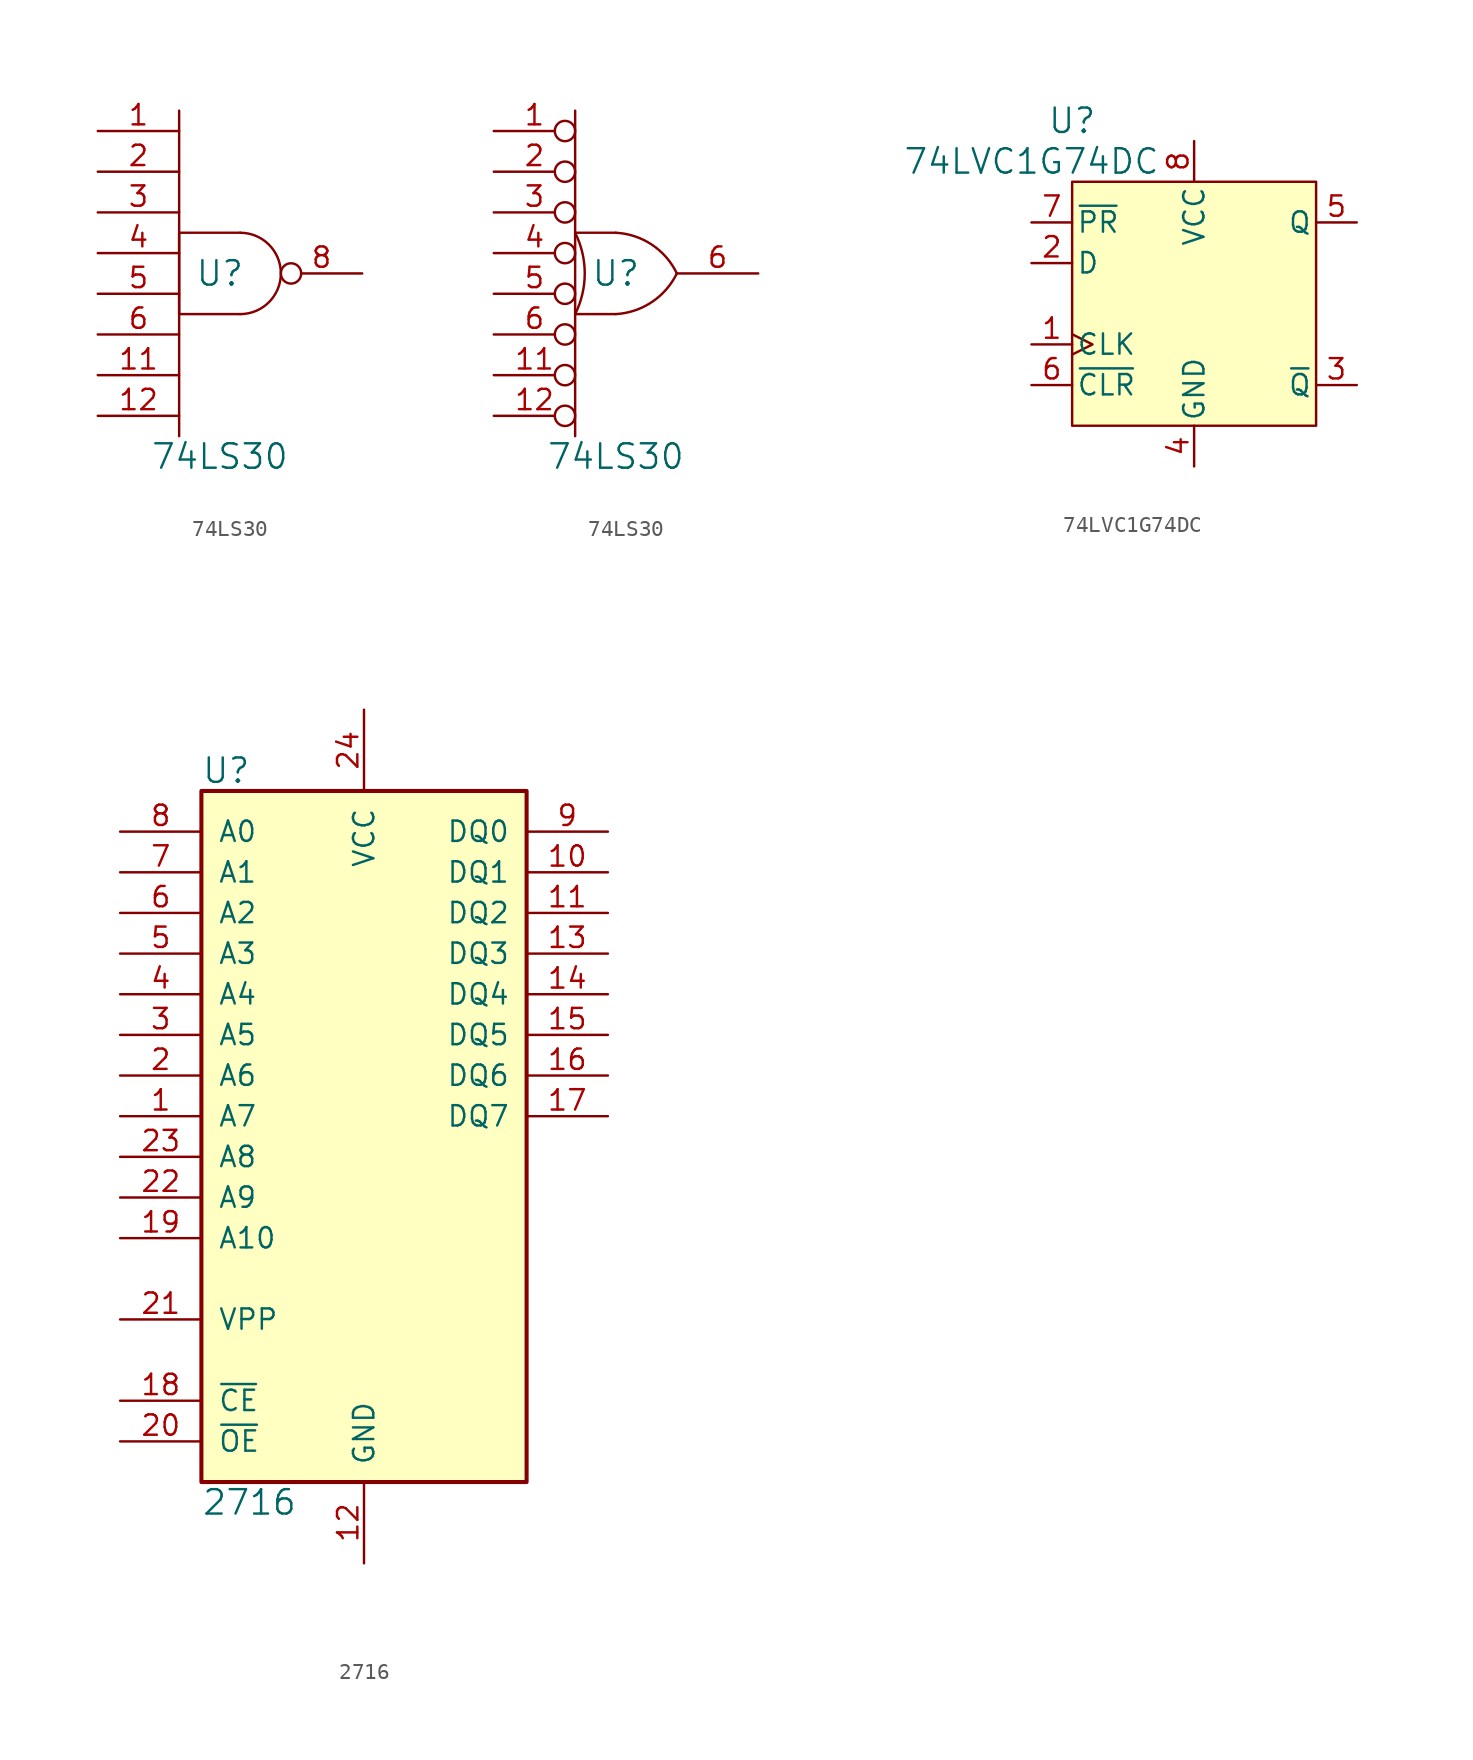
<source format=kicad_sym>
(kicad_symbol_lib
  (version 20211014)
  (generator kicad_symbol_editor)
  (symbol "74LS30"
    (pin_names
      (offset 0.762))
    (property "Reference" "U"
      (at 0 0 0)
      (effects (font (size 1.524 1.524))))
    (property "Value" "74LS30"
      (at 0 -11.43 0)
      (effects (font (size 1.524 1.524))))
    (property "Footprint" ""
      (at 0 0 0)
      (effects (font (size 1.524 1.524))))
    (property "Datasheet" ""
      (at 0 0 0)
      (effects (font (size 1.524 1.524))))
    (symbol "74LS30_0_0"
      (pin power_in line (at -1.27 2.54 90) (length 0) hide (name "VCC" (effects (font (size 1.016 1.016)))) (number "14" (effects (font (size 1.016 1.016)))))
      (pin power_in line (at -1.27 -2.54 90) (length 0) hide (name "GND" (effects (font (size 1.016 1.016)))) (number "7" (effects (font (size 1.016 1.016))))))
    (symbol "74LS30_0_1"
      (polyline (pts (xy -2.54 -2.54) (xy -2.54 -10.16)) (stroke (width 0) (type default) (color 0 0 0 0)) (fill (type none)))
      (polyline (pts (xy -2.54 -2.54) (xy -2.54 10.16) (xy -2.54 10.16)) (stroke (width 0) (type default) (color 0 0 0 0)) (fill (type none)))
      (polyline (pts (xy 1.27 2.54) (xy -2.54 2.54) (xy -2.54 -2.54) (xy 1.27 -2.54)) (stroke (width 0) (type default) (color 0 0 0 0)) (fill (type none)))
      (arc (start 1.27 -2.54) (mid 3.81 0) (end 1.27 2.54) (stroke (width 0) (type default) (color 0 0 0 0)) (fill (type none))))
    (symbol "74LS30_0_2"
      (arc (start -2.54 -2.54) (mid -1.9404 0) (end -2.54 2.54) (stroke (width 0) (type default) (color 0 0 0 0)) (fill (type none)))
      (arc (start 0 -2.54) (mid 2.2496 -1.787) (end 3.81 0) (stroke (width 0) (type default) (color 0 0 0 0)) (fill (type none)))
      (polyline (pts (xy 0 -2.54) (xy -2.54 -2.54)) (stroke (width 0) (type default) (color 0 0 0 0)) (fill (type none)))
      (polyline (pts (xy -2.54 -10.16) (xy -2.54 10.16) (xy -2.54 5.08)) (stroke (width 0) (type default) (color 0 0 0 0)) (fill (type none)))
      (polyline (pts (xy 0 2.54) (xy -2.54 2.54) (xy -2.54 2.54)) (stroke (width 0) (type default) (color 0 0 0 0)) (fill (type none)))
      (arc (start 3.81 0) (mid 2.2536 1.793) (end 0 2.54) (stroke (width 0) (type default) (color 0 0 0 0)) (fill (type none))))
    (symbol "74LS30_1_1"
      (pin input line (at -7.62 8.89 0) (length 5.08) (name "~" (effects (font (size 1.27 1.27)))) (number "1" (effects (font (size 1.27 1.27)))))
      (pin input line (at -7.62 -6.35 0) (length 5.08) (name "~" (effects (font (size 1.27 1.27)))) (number "11" (effects (font (size 1.27 1.27)))))
      (pin input line (at -7.62 -8.89 0) (length 5.08) (name "~" (effects (font (size 1.27 1.27)))) (number "12" (effects (font (size 1.27 1.27)))))
      (pin input line (at -7.62 6.35 0) (length 5.08) (name "~" (effects (font (size 1.27 1.27)))) (number "2" (effects (font (size 1.27 1.27)))))
      (pin input line (at -7.62 3.81 0) (length 5.08) (name "~" (effects (font (size 1.27 1.27)))) (number "3" (effects (font (size 1.27 1.27)))))
      (pin input line (at -7.62 1.27 0) (length 5.08) (name "~" (effects (font (size 1.27 1.27)))) (number "4" (effects (font (size 1.27 1.27)))))
      (pin input line (at -7.62 -1.27 0) (length 5.08) (name "~" (effects (font (size 1.27 1.27)))) (number "5" (effects (font (size 1.27 1.27)))))
      (pin input line (at -7.62 -3.81 0) (length 5.08) (name "~" (effects (font (size 1.27 1.27)))) (number "6" (effects (font (size 1.27 1.27)))))
      (pin output inverted (at 8.89 0 180) (length 5.08) (name "~" (effects (font (size 1.27 1.27)))) (number "8" (effects (font (size 1.27 1.27))))))
    (symbol "74LS30_1_2"
      (pin input inverted (at -7.62 8.89 0) (length 5.08) (name "~" (effects (font (size 1.27 1.27)))) (number "1" (effects (font (size 1.27 1.27)))))
      (pin input inverted (at -7.62 -6.35 0) (length 5.08) (name "~" (effects (font (size 1.27 1.27)))) (number "11" (effects (font (size 1.27 1.27)))))
      (pin input inverted (at -7.62 -8.89 0) (length 5.08) (name "~" (effects (font (size 1.27 1.27)))) (number "12" (effects (font (size 1.27 1.27)))))
      (pin input inverted (at -7.62 6.35 0) (length 5.08) (name "~" (effects (font (size 1.27 1.27)))) (number "2" (effects (font (size 1.27 1.27)))))
      (pin input inverted (at -7.62 3.81 0) (length 5.08) (name "~" (effects (font (size 1.27 1.27)))) (number "3" (effects (font (size 1.27 1.27)))))
      (pin input inverted (at -7.62 1.27 0) (length 5.08) (name "~" (effects (font (size 1.27 1.27)))) (number "4" (effects (font (size 1.27 1.27)))))
      (pin input inverted (at -7.62 -1.27 0) (length 5.08) (name "~" (effects (font (size 1.27 1.27)))) (number "5" (effects (font (size 1.27 1.27)))))
      (pin input inverted (at -7.62 -3.81 0) (length 5.08) (name "~" (effects (font (size 1.27 1.27)))) (number "6" (effects (font (size 1.27 1.27)))))
      (pin output line (at 8.89 0 180) (length 5.08) (name "~" (effects (font (size 1.27 1.27)))) (number "6" (effects (font (size 1.27 1.27)))))))
  (symbol "74LVC1G74DC"
    (pin_names
      (offset 0.254))
    (property "Reference" "U"
      (at -7.62 11.43 0)
      (effects (font (size 1.524 1.524))))
    (property "Value" "74LVC1G74DC"
      (at -10.16 8.89 0)
      (effects (font (size 1.524 1.524))))
    (property "Footprint" ""
      (at 0 0 0)
      (effects (font (size 1.524 1.524))))
    (property "Datasheet" ""
      (at 0 0 0)
      (effects (font (size 1.524 1.524))))
    (symbol "74LVC1G74DC_0_0"
      (pin power_in line (at 0 -10.16 90) (length 2.54) (name "GND" (effects (font (size 1.27 1.27)))) (number "4" (effects (font (size 1.27 1.27))))))
    (symbol "74LVC1G74DC_0_1"
      (rectangle (start -7.62 7.62) (end 7.62 -7.62) (stroke (width 0) (type default) (color 0 0 0 0)) (fill (type background)))
      (pin power_in line (at 0 10.16 270) (length 2.54) (name "VCC" (effects (font (size 1.27 1.27)))) (number "8" (effects (font (size 1.27 1.27))))))
    (symbol "74LVC1G74DC_1_1"
      (pin input clock (at -10.16 -2.54 0) (length 2.54) (name "CLK" (effects (font (size 1.27 1.27)))) (number "1" (effects (font (size 1.27 1.27)))))
      (pin input line (at -10.16 2.54 0) (length 2.54) (name "D" (effects (font (size 1.27 1.27)))) (number "2" (effects (font (size 1.27 1.27)))))
      (pin output line (at 10.16 -5.08 180) (length 2.54) (name "~{Q}" (effects (font (size 1.27 1.27)))) (number "3" (effects (font (size 1.27 1.27)))))
      (pin output line (at 10.16 5.08 180) (length 2.54) (name "Q" (effects (font (size 1.27 1.27)))) (number "5" (effects (font (size 1.27 1.27)))))
      (pin input line (at -10.16 -5.08 0) (length 2.54) (name "~{CLR}" (effects (font (size 1.27 1.27)))) (number "6" (effects (font (size 1.27 1.27)))))
      (pin input line (at -10.16 5.08 0) (length 2.54) (name "~{PR}" (effects (font (size 1.27 1.27)))) (number "7" (effects (font (size 1.27 1.27)))))))
  (symbol "2716"
    (pin_names
      (offset 1.016))
    (property "Reference" "U"
      (at -10.16 22.86 0)
      (effects (font (size 1.524 1.524)) (justify left)))
    (property "Value" "2716"
      (at -10.16 -22.86 0)
      (effects (font (size 1.524 1.524)) (justify left)))
    (property "Footprint" ""
      (at 0 -5.08 0)
      (effects (font (size 1.524 1.524))))
    (property "Datasheet" ""
      (at 0 -5.08 0)
      (effects (font (size 1.524 1.524))))
    (symbol "2716_0_1"
      (rectangle (start -10.16 21.59) (end 10.16 -21.59) (stroke (width 0.254) (type default) (color 0 0 0 0)) (fill (type background))))
    (symbol "2716_1_1"
      (pin input line (at -15.24 1.27 0) (length 5.08) (name "A7" (effects (font (size 1.27 1.27)))) (number "1" (effects (font (size 1.27 1.27)))))
      (pin bidirectional line (at 15.24 16.51 180) (length 5.08) (name "DQ1" (effects (font (size 1.27 1.27)))) (number "10" (effects (font (size 1.27 1.27)))))
      (pin bidirectional line (at 15.24 13.97 180) (length 5.08) (name "DQ2" (effects (font (size 1.27 1.27)))) (number "11" (effects (font (size 1.27 1.27)))))
      (pin power_in line (at 0 -26.67 90) (length 5.08) (name "GND" (effects (font (size 1.27 1.27)))) (number "12" (effects (font (size 1.27 1.27)))))
      (pin bidirectional line (at 15.24 11.43 180) (length 5.08) (name "DQ3" (effects (font (size 1.27 1.27)))) (number "13" (effects (font (size 1.27 1.27)))))
      (pin bidirectional line (at 15.24 8.89 180) (length 5.08) (name "DQ4" (effects (font (size 1.27 1.27)))) (number "14" (effects (font (size 1.27 1.27)))))
      (pin bidirectional line (at 15.24 6.35 180) (length 5.08) (name "DQ5" (effects (font (size 1.27 1.27)))) (number "15" (effects (font (size 1.27 1.27)))))
      (pin bidirectional line (at 15.24 3.81 180) (length 5.08) (name "DQ6" (effects (font (size 1.27 1.27)))) (number "16" (effects (font (size 1.27 1.27)))))
      (pin bidirectional line (at 15.24 1.27 180) (length 5.08) (name "DQ7" (effects (font (size 1.27 1.27)))) (number "17" (effects (font (size 1.27 1.27)))))
      (pin input line (at -15.24 -16.51 0) (length 5.08) (name "~{CE}" (effects (font (size 1.27 1.27)))) (number "18" (effects (font (size 1.27 1.27)))))
      (pin input line (at -15.24 -6.35 0) (length 5.08) (name "A10" (effects (font (size 1.27 1.27)))) (number "19" (effects (font (size 1.27 1.27)))))
      (pin input line (at -15.24 3.81 0) (length 5.08) (name "A6" (effects (font (size 1.27 1.27)))) (number "2" (effects (font (size 1.27 1.27)))))
      (pin input line (at -15.24 -19.05 0) (length 5.08) (name "~{OE}" (effects (font (size 1.27 1.27)))) (number "20" (effects (font (size 1.27 1.27)))))
      (pin input line (at -15.24 -11.43 0) (length 5.08) (name "VPP" (effects (font (size 1.27 1.27)))) (number "21" (effects (font (size 1.27 1.27)))))
      (pin input line (at -15.24 -3.81 0) (length 5.08) (name "A9" (effects (font (size 1.27 1.27)))) (number "22" (effects (font (size 1.27 1.27)))))
      (pin input line (at -15.24 -1.27 0) (length 5.08) (name "A8" (effects (font (size 1.27 1.27)))) (number "23" (effects (font (size 1.27 1.27)))))
      (pin power_in line (at 0 26.67 270) (length 5.08) (name "VCC" (effects (font (size 1.27 1.27)))) (number "24" (effects (font (size 1.27 1.27)))))
      (pin input line (at -15.24 6.35 0) (length 5.08) (name "A5" (effects (font (size 1.27 1.27)))) (number "3" (effects (font (size 1.27 1.27)))))
      (pin input line (at -15.24 8.89 0) (length 5.08) (name "A4" (effects (font (size 1.27 1.27)))) (number "4" (effects (font (size 1.27 1.27)))))
      (pin input line (at -15.24 11.43 0) (length 5.08) (name "A3" (effects (font (size 1.27 1.27)))) (number "5" (effects (font (size 1.27 1.27)))))
      (pin input line (at -15.24 13.97 0) (length 5.08) (name "A2" (effects (font (size 1.27 1.27)))) (number "6" (effects (font (size 1.27 1.27)))))
      (pin input line (at -15.24 16.51 0) (length 5.08) (name "A1" (effects (font (size 1.27 1.27)))) (number "7" (effects (font (size 1.27 1.27)))))
      (pin input line (at -15.24 19.05 0) (length 5.08) (name "A0" (effects (font (size 1.27 1.27)))) (number "8" (effects (font (size 1.27 1.27)))))
      (pin bidirectional line (at 15.24 19.05 180) (length 5.08) (name "DQ0" (effects (font (size 1.27 1.27)))) (number "9" (effects (font (size 1.27 1.27))))))))
</source>
